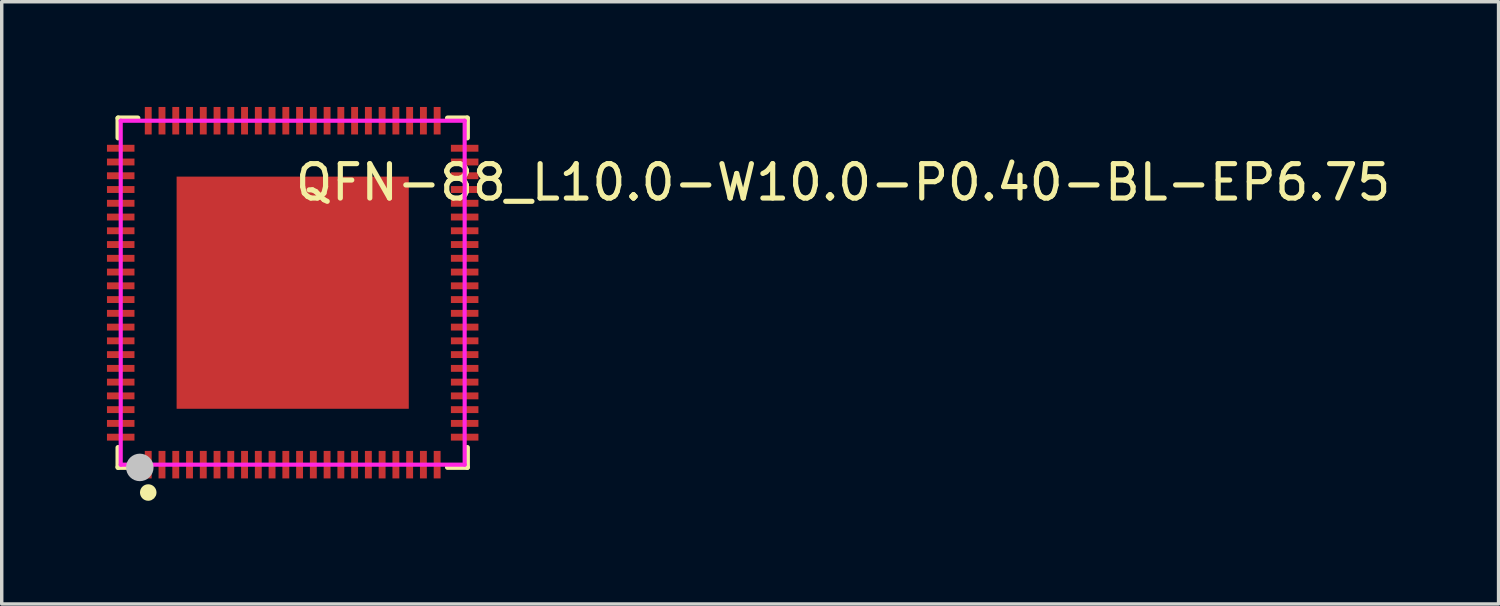
<source format=kicad_pcb>
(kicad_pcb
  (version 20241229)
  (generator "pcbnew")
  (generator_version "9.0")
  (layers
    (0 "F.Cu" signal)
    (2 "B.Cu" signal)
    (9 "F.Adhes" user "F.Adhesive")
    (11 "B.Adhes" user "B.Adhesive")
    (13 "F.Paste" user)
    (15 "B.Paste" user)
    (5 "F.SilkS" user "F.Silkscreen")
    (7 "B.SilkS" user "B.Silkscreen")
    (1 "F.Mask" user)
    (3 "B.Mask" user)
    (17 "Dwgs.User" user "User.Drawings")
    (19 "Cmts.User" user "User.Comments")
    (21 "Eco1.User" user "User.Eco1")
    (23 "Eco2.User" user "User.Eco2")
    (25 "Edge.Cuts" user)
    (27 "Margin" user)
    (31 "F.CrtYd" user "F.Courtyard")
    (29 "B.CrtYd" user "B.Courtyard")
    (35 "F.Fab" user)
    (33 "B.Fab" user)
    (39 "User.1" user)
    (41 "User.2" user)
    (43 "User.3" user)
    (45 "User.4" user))
  (footprint "QFN-88_L10.0-W10.0-P0.40-BL-EP6.75"
    (layer "F.Cu")
    (at 5.46 5.46)
    (property "Reference" "QFN-88_L10.0-W10.0-P0.40-BL-EP6.75" (at 0 -3.207 0) (layer "F.SilkS") (effects (font (size 1 1) (thickness 0.15)) (justify left)))
    (attr through_hole)
    (fp_line (start -5.076 -5.076) (end -4.503 -5.076) (stroke (width 0.152) (type solid)) (layer "F.SilkS"))
    (fp_line (start -5.076 -4.503) (end -5.076 -5.076) (stroke (width 0.152) (type solid)) (layer "F.SilkS"))
    (fp_line (start -5.076 4.503) (end -5.076 5.076) (stroke (width 0.152) (type solid)) (layer "F.SilkS"))
    (fp_line (start -5.076 5.076) (end -4.503 5.076) (stroke (width 0.152) (type solid)) (layer "F.SilkS"))
    (fp_line (start 5.076 -5.076) (end 4.503 -5.076) (stroke (width 0.152) (type solid)) (layer "F.SilkS"))
    (fp_line (start 5.076 -4.503) (end 5.076 -5.076) (stroke (width 0.152) (type solid)) (layer "F.SilkS"))
    (fp_line (start 5.076 4.503) (end 5.076 5.076) (stroke (width 0.152) (type solid)) (layer "F.SilkS"))
    (fp_line (start 5.076 5.076) (end 4.503 5.076) (stroke (width 0.152) (type solid)) (layer "F.SilkS"))
    (fp_circle (center -4.2 5.81) (end -4.08 5.81) (stroke (width 0.24) (type solid)) (fill no) (layer "F.SilkS"))
    (fp_poly (pts (xy -5.4 -4.3) (xy -4.6 -4.3) (xy -4.6 -4.1) (xy -5.4 -4.1)) (stroke (width 0.12) (type solid)) (fill yes) (layer "F.Paste"))
    (fp_poly (pts (xy -5.4 -3.9) (xy -4.6 -3.9) (xy -4.6 -3.7) (xy -5.4 -3.7)) (stroke (width 0.12) (type solid)) (fill yes) (layer "F.Paste"))
    (fp_poly (pts (xy -5.4 -3.5) (xy -4.6 -3.5) (xy -4.6 -3.3) (xy -5.4 -3.3)) (stroke (width 0.12) (type solid)) (fill yes) (layer "F.Paste"))
    (fp_poly (pts (xy -5.4 -3.1) (xy -4.6 -3.1) (xy -4.6 -2.9) (xy -5.4 -2.9)) (stroke (width 0.12) (type solid)) (fill yes) (layer "F.Paste"))
    (fp_poly (pts (xy -5.4 -2.7) (xy -4.6 -2.7) (xy -4.6 -2.5) (xy -5.4 -2.5)) (stroke (width 0.12) (type solid)) (fill yes) (layer "F.Paste"))
    (fp_poly (pts (xy -5.4 -2.3) (xy -4.6 -2.3) (xy -4.6 -2.1) (xy -5.4 -2.1)) (stroke (width 0.12) (type solid)) (fill yes) (layer "F.Paste"))
    (fp_poly (pts (xy -5.4 -1.9) (xy -4.6 -1.9) (xy -4.6 -1.7) (xy -5.4 -1.7)) (stroke (width 0.12) (type solid)) (fill yes) (layer "F.Paste"))
    (fp_poly (pts (xy -5.4 -1.5) (xy -4.6 -1.5) (xy -4.6 -1.3) (xy -5.4 -1.3)) (stroke (width 0.12) (type solid)) (fill yes) (layer "F.Paste"))
    (fp_poly (pts (xy -5.4 -1.1) (xy -4.6 -1.1) (xy -4.6 -0.9) (xy -5.4 -0.9)) (stroke (width 0.12) (type solid)) (fill yes) (layer "F.Paste"))
    (fp_poly (pts (xy -5.4 -0.7) (xy -4.6 -0.7) (xy -4.6 -0.5) (xy -5.4 -0.5)) (stroke (width 0.12) (type solid)) (fill yes) (layer "F.Paste"))
    (fp_poly (pts (xy -5.4 -0.3) (xy -4.6 -0.3) (xy -4.6 -0.1) (xy -5.4 -0.1)) (stroke (width 0.12) (type solid)) (fill yes) (layer "F.Paste"))
    (fp_poly (pts (xy -5.4 0.1) (xy -4.6 0.1) (xy -4.6 0.3) (xy -5.4 0.3)) (stroke (width 0.12) (type solid)) (fill yes) (layer "F.Paste"))
    (fp_poly (pts (xy -5.4 0.5) (xy -4.6 0.5) (xy -4.6 0.7) (xy -5.4 0.7)) (stroke (width 0.12) (type solid)) (fill yes) (layer "F.Paste"))
    (fp_poly (pts (xy -5.4 0.9) (xy -4.6 0.9) (xy -4.6 1.1) (xy -5.4 1.1)) (stroke (width 0.12) (type solid)) (fill yes) (layer "F.Paste"))
    (fp_poly (pts (xy -5.4 1.3) (xy -4.6 1.3) (xy -4.6 1.5) (xy -5.4 1.5)) (stroke (width 0.12) (type solid)) (fill yes) (layer "F.Paste"))
    (fp_poly (pts (xy -5.4 1.7) (xy -4.6 1.7) (xy -4.6 1.9) (xy -5.4 1.9)) (stroke (width 0.12) (type solid)) (fill yes) (layer "F.Paste"))
    (fp_poly (pts (xy -5.4 2.1) (xy -4.6 2.1) (xy -4.6 2.3) (xy -5.4 2.3)) (stroke (width 0.12) (type solid)) (fill yes) (layer "F.Paste"))
    (fp_poly (pts (xy -5.4 2.5) (xy -4.6 2.5) (xy -4.6 2.7) (xy -5.4 2.7)) (stroke (width 0.12) (type solid)) (fill yes) (layer "F.Paste"))
    (fp_poly (pts (xy -5.4 2.9) (xy -4.6 2.9) (xy -4.6 3.1) (xy -5.4 3.1)) (stroke (width 0.12) (type solid)) (fill yes) (layer "F.Paste"))
    (fp_poly (pts (xy -5.4 3.3) (xy -4.6 3.3) (xy -4.6 3.5) (xy -5.4 3.5)) (stroke (width 0.12) (type solid)) (fill yes) (layer "F.Paste"))
    (fp_poly (pts (xy -5.4 3.7) (xy -4.6 3.7) (xy -4.6 3.9) (xy -5.4 3.9)) (stroke (width 0.12) (type solid)) (fill yes) (layer "F.Paste"))
    (fp_poly (pts (xy -5.4 4.1) (xy -4.6 4.1) (xy -4.6 4.3) (xy -5.4 4.3)) (stroke (width 0.12) (type solid)) (fill yes) (layer "F.Paste"))
    (fp_poly (pts (xy -4.3 -5.4) (xy -4.1 -5.4) (xy -4.1 -4.6) (xy -4.3 -4.6)) (stroke (width 0.12) (type solid)) (fill yes) (layer "F.Paste"))
    (fp_poly (pts (xy -4.3 4.6) (xy -4.1 4.6) (xy -4.1 5.4) (xy -4.3 5.4)) (stroke (width 0.12) (type solid)) (fill yes) (layer "F.Paste"))
    (fp_poly (pts (xy -3.9 -5.4) (xy -3.7 -5.4) (xy -3.7 -4.6) (xy -3.9 -4.6)) (stroke (width 0.12) (type solid)) (fill yes) (layer "F.Paste"))
    (fp_poly (pts (xy -3.9 4.6) (xy -3.7 4.6) (xy -3.7 5.4) (xy -3.9 5.4)) (stroke (width 0.12) (type solid)) (fill yes) (layer "F.Paste"))
    (fp_poly (pts (xy -3.5 -5.4) (xy -3.3 -5.4) (xy -3.3 -4.6) (xy -3.5 -4.6)) (stroke (width 0.12) (type solid)) (fill yes) (layer "F.Paste"))
    (fp_poly (pts (xy -3.5 4.6) (xy -3.3 4.6) (xy -3.3 5.4) (xy -3.5 5.4)) (stroke (width 0.12) (type solid)) (fill yes) (layer "F.Paste"))
    (fp_poly (pts (xy -3.1 -5.4) (xy -2.9 -5.4) (xy -2.9 -4.6) (xy -3.1 -4.6)) (stroke (width 0.12) (type solid)) (fill yes) (layer "F.Paste"))
    (fp_poly (pts (xy -3.1 4.6) (xy -2.9 4.6) (xy -2.9 5.4) (xy -3.1 5.4)) (stroke (width 0.12) (type solid)) (fill yes) (layer "F.Paste"))
    (fp_poly (pts (xy -2.7 -5.4) (xy -2.5 -5.4) (xy -2.5 -4.6) (xy -2.7 -4.6)) (stroke (width 0.12) (type solid)) (fill yes) (layer "F.Paste"))
    (fp_poly (pts (xy -2.7 -2.7) (xy 2.7 -2.7) (xy 2.7 2.7) (xy -2.7 2.7)) (stroke (width 0.12) (type solid)) (fill yes) (layer "F.Paste"))
    (fp_poly (pts (xy -2.7 4.6) (xy -2.5 4.6) (xy -2.5 5.4) (xy -2.7 5.4)) (stroke (width 0.12) (type solid)) (fill yes) (layer "F.Paste"))
    (fp_poly (pts (xy -2.3 -5.4) (xy -2.1 -5.4) (xy -2.1 -4.6) (xy -2.3 -4.6)) (stroke (width 0.12) (type solid)) (fill yes) (layer "F.Paste"))
    (fp_poly (pts (xy -2.3 4.6) (xy -2.1 4.6) (xy -2.1 5.4) (xy -2.3 5.4)) (stroke (width 0.12) (type solid)) (fill yes) (layer "F.Paste"))
    (fp_poly (pts (xy -1.9 -5.4) (xy -1.7 -5.4) (xy -1.7 -4.6) (xy -1.9 -4.6)) (stroke (width 0.12) (type solid)) (fill yes) (layer "F.Paste"))
    (fp_poly (pts (xy -1.9 4.6) (xy -1.7 4.6) (xy -1.7 5.4) (xy -1.9 5.4)) (stroke (width 0.12) (type solid)) (fill yes) (layer "F.Paste"))
    (fp_poly (pts (xy -1.5 -5.4) (xy -1.3 -5.4) (xy -1.3 -4.6) (xy -1.5 -4.6)) (stroke (width 0.12) (type solid)) (fill yes) (layer "F.Paste"))
    (fp_poly (pts (xy -1.5 4.6) (xy -1.3 4.6) (xy -1.3 5.4) (xy -1.5 5.4)) (stroke (width 0.12) (type solid)) (fill yes) (layer "F.Paste"))
    (fp_poly (pts (xy -1.1 -5.4) (xy -0.9 -5.4) (xy -0.9 -4.6) (xy -1.1 -4.6)) (stroke (width 0.12) (type solid)) (fill yes) (layer "F.Paste"))
    (fp_poly (pts (xy -1.1 4.6) (xy -0.9 4.6) (xy -0.9 5.4) (xy -1.1 5.4)) (stroke (width 0.12) (type solid)) (fill yes) (layer "F.Paste"))
    (fp_poly (pts (xy -0.7 -5.4) (xy -0.5 -5.4) (xy -0.5 -4.6) (xy -0.7 -4.6)) (stroke (width 0.12) (type solid)) (fill yes) (layer "F.Paste"))
    (fp_poly (pts (xy -0.7 4.6) (xy -0.5 4.6) (xy -0.5 5.4) (xy -0.7 5.4)) (stroke (width 0.12) (type solid)) (fill yes) (layer "F.Paste"))
    (fp_poly (pts (xy -0.3 -5.4) (xy -0.1 -5.4) (xy -0.1 -4.6) (xy -0.3 -4.6)) (stroke (width 0.12) (type solid)) (fill yes) (layer "F.Paste"))
    (fp_poly (pts (xy -0.3 4.6) (xy -0.1 4.6) (xy -0.1 5.4) (xy -0.3 5.4)) (stroke (width 0.12) (type solid)) (fill yes) (layer "F.Paste"))
    (fp_poly (pts (xy 0.1 -5.4) (xy 0.3 -5.4) (xy 0.3 -4.6) (xy 0.1 -4.6)) (stroke (width 0.12) (type solid)) (fill yes) (layer "F.Paste"))
    (fp_poly (pts (xy 0.1 4.6) (xy 0.3 4.6) (xy 0.3 5.4) (xy 0.1 5.4)) (stroke (width 0.12) (type solid)) (fill yes) (layer "F.Paste"))
    (fp_poly (pts (xy 0.5 -5.4) (xy 0.7 -5.4) (xy 0.7 -4.6) (xy 0.5 -4.6)) (stroke (width 0.12) (type solid)) (fill yes) (layer "F.Paste"))
    (fp_poly (pts (xy 0.5 4.6) (xy 0.7 4.6) (xy 0.7 5.4) (xy 0.5 5.4)) (stroke (width 0.12) (type solid)) (fill yes) (layer "F.Paste"))
    (fp_poly (pts (xy 0.9 -5.4) (xy 1.1 -5.4) (xy 1.1 -4.6) (xy 0.9 -4.6)) (stroke (width 0.12) (type solid)) (fill yes) (layer "F.Paste"))
    (fp_poly (pts (xy 0.9 4.6) (xy 1.1 4.6) (xy 1.1 5.4) (xy 0.9 5.4)) (stroke (width 0.12) (type solid)) (fill yes) (layer "F.Paste"))
    (fp_poly (pts (xy 1.3 -5.4) (xy 1.5 -5.4) (xy 1.5 -4.6) (xy 1.3 -4.6)) (stroke (width 0.12) (type solid)) (fill yes) (layer "F.Paste"))
    (fp_poly (pts (xy 1.3 4.6) (xy 1.5 4.6) (xy 1.5 5.4) (xy 1.3 5.4)) (stroke (width 0.12) (type solid)) (fill yes) (layer "F.Paste"))
    (fp_poly (pts (xy 1.7 -5.4) (xy 1.9 -5.4) (xy 1.9 -4.6) (xy 1.7 -4.6)) (stroke (width 0.12) (type solid)) (fill yes) (layer "F.Paste"))
    (fp_poly (pts (xy 1.7 4.6) (xy 1.9 4.6) (xy 1.9 5.4) (xy 1.7 5.4)) (stroke (width 0.12) (type solid)) (fill yes) (layer "F.Paste"))
    (fp_poly (pts (xy 2.1 -5.4) (xy 2.3 -5.4) (xy 2.3 -4.6) (xy 2.1 -4.6)) (stroke (width 0.12) (type solid)) (fill yes) (layer "F.Paste"))
    (fp_poly (pts (xy 2.1 4.6) (xy 2.3 4.6) (xy 2.3 5.4) (xy 2.1 5.4)) (stroke (width 0.12) (type solid)) (fill yes) (layer "F.Paste"))
    (fp_poly (pts (xy 2.5 -5.4) (xy 2.7 -5.4) (xy 2.7 -4.6) (xy 2.5 -4.6)) (stroke (width 0.12) (type solid)) (fill yes) (layer "F.Paste"))
    (fp_poly (pts (xy 2.5 4.6) (xy 2.7 4.6) (xy 2.7 5.4) (xy 2.5 5.4)) (stroke (width 0.12) (type solid)) (fill yes) (layer "F.Paste"))
    (fp_poly (pts (xy 2.9 -5.4) (xy 3.1 -5.4) (xy 3.1 -4.6) (xy 2.9 -4.6)) (stroke (width 0.12) (type solid)) (fill yes) (layer "F.Paste"))
    (fp_poly (pts (xy 2.9 4.6) (xy 3.1 4.6) (xy 3.1 5.4) (xy 2.9 5.4)) (stroke (width 0.12) (type solid)) (fill yes) (layer "F.Paste"))
    (fp_poly (pts (xy 3.3 -5.4) (xy 3.5 -5.4) (xy 3.5 -4.6) (xy 3.3 -4.6)) (stroke (width 0.12) (type solid)) (fill yes) (layer "F.Paste"))
    (fp_poly (pts (xy 3.3 4.6) (xy 3.5 4.6) (xy 3.5 5.4) (xy 3.3 5.4)) (stroke (width 0.12) (type solid)) (fill yes) (layer "F.Paste"))
    (fp_poly (pts (xy 3.7 -5.4) (xy 3.9 -5.4) (xy 3.9 -4.6) (xy 3.7 -4.6)) (stroke (width 0.12) (type solid)) (fill yes) (layer "F.Paste"))
    (fp_poly (pts (xy 3.7 4.6) (xy 3.9 4.6) (xy 3.9 5.4) (xy 3.7 5.4)) (stroke (width 0.12) (type solid)) (fill yes) (layer "F.Paste"))
    (fp_poly (pts (xy 4.1 -5.4) (xy 4.3 -5.4) (xy 4.3 -4.6) (xy 4.1 -4.6)) (stroke (width 0.12) (type solid)) (fill yes) (layer "F.Paste"))
    (fp_poly (pts (xy 4.1 4.6) (xy 4.3 4.6) (xy 4.3 5.4) (xy 4.1 5.4)) (stroke (width 0.12) (type solid)) (fill yes) (layer "F.Paste"))
    (fp_poly (pts (xy 4.6 -4.3) (xy 5.4 -4.3) (xy 5.4 -4.1) (xy 4.6 -4.1)) (stroke (width 0.12) (type solid)) (fill yes) (layer "F.Paste"))
    (fp_poly (pts (xy 4.6 -3.9) (xy 5.4 -3.9) (xy 5.4 -3.7) (xy 4.6 -3.7)) (stroke (width 0.12) (type solid)) (fill yes) (layer "F.Paste"))
    (fp_poly (pts (xy 4.6 -3.5) (xy 5.4 -3.5) (xy 5.4 -3.3) (xy 4.6 -3.3)) (stroke (width 0.12) (type solid)) (fill yes) (layer "F.Paste"))
    (fp_poly (pts (xy 4.6 -3.1) (xy 5.4 -3.1) (xy 5.4 -2.9) (xy 4.6 -2.9)) (stroke (width 0.12) (type solid)) (fill yes) (layer "F.Paste"))
    (fp_poly (pts (xy 4.6 -2.7) (xy 5.4 -2.7) (xy 5.4 -2.5) (xy 4.6 -2.5)) (stroke (width 0.12) (type solid)) (fill yes) (layer "F.Paste"))
    (fp_poly (pts (xy 4.6 -2.3) (xy 5.4 -2.3) (xy 5.4 -2.1) (xy 4.6 -2.1)) (stroke (width 0.12) (type solid)) (fill yes) (layer "F.Paste"))
    (fp_poly (pts (xy 4.6 -1.9) (xy 5.4 -1.9) (xy 5.4 -1.7) (xy 4.6 -1.7)) (stroke (width 0.12) (type solid)) (fill yes) (layer "F.Paste"))
    (fp_poly (pts (xy 4.6 -1.5) (xy 5.4 -1.5) (xy 5.4 -1.3) (xy 4.6 -1.3)) (stroke (width 0.12) (type solid)) (fill yes) (layer "F.Paste"))
    (fp_poly (pts (xy 4.6 -1.1) (xy 5.4 -1.1) (xy 5.4 -0.9) (xy 4.6 -0.9)) (stroke (width 0.12) (type solid)) (fill yes) (layer "F.Paste"))
    (fp_poly (pts (xy 4.6 -0.7) (xy 5.4 -0.7) (xy 5.4 -0.5) (xy 4.6 -0.5)) (stroke (width 0.12) (type solid)) (fill yes) (layer "F.Paste"))
    (fp_poly (pts (xy 4.6 -0.3) (xy 5.4 -0.3) (xy 5.4 -0.1) (xy 4.6 -0.1)) (stroke (width 0.12) (type solid)) (fill yes) (layer "F.Paste"))
    (fp_poly (pts (xy 4.6 0.1) (xy 5.4 0.1) (xy 5.4 0.3) (xy 4.6 0.3)) (stroke (width 0.12) (type solid)) (fill yes) (layer "F.Paste"))
    (fp_poly (pts (xy 4.6 0.5) (xy 5.4 0.5) (xy 5.4 0.7) (xy 4.6 0.7)) (stroke (width 0.12) (type solid)) (fill yes) (layer "F.Paste"))
    (fp_poly (pts (xy 4.6 0.9) (xy 5.4 0.9) (xy 5.4 1.1) (xy 4.6 1.1)) (stroke (width 0.12) (type solid)) (fill yes) (layer "F.Paste"))
    (fp_poly (pts (xy 4.6 1.3) (xy 5.4 1.3) (xy 5.4 1.5) (xy 4.6 1.5)) (stroke (width 0.12) (type solid)) (fill yes) (layer "F.Paste"))
    (fp_poly (pts (xy 4.6 1.7) (xy 5.4 1.7) (xy 5.4 1.9) (xy 4.6 1.9)) (stroke (width 0.12) (type solid)) (fill yes) (layer "F.Paste"))
    (fp_poly (pts (xy 4.6 2.1) (xy 5.4 2.1) (xy 5.4 2.3) (xy 4.6 2.3)) (stroke (width 0.12) (type solid)) (fill yes) (layer "F.Paste"))
    (fp_poly (pts (xy 4.6 2.5) (xy 5.4 2.5) (xy 5.4 2.7) (xy 4.6 2.7)) (stroke (width 0.12) (type solid)) (fill yes) (layer "F.Paste"))
    (fp_poly (pts (xy 4.6 2.9) (xy 5.4 2.9) (xy 5.4 3.1) (xy 4.6 3.1)) (stroke (width 0.12) (type solid)) (fill yes) (layer "F.Paste"))
    (fp_poly (pts (xy 4.6 3.3) (xy 5.4 3.3) (xy 5.4 3.5) (xy 4.6 3.5)) (stroke (width 0.12) (type solid)) (fill yes) (layer "F.Paste"))
    (fp_poly (pts (xy 4.6 3.7) (xy 5.4 3.7) (xy 5.4 3.9) (xy 4.6 3.9)) (stroke (width 0.12) (type solid)) (fill yes) (layer "F.Paste"))
    (fp_poly (pts (xy 4.6 4.1) (xy 5.4 4.1) (xy 5.4 4.3) (xy 4.6 4.3)) (stroke (width 0.12) (type solid)) (fill yes) (layer "F.Paste"))
    (fp_circle (center -4.445 5.08) (end -4.245 5.08) (stroke (width 0.4) (type solid)) (fill no) (layer "Dwgs.User"))
    (fp_circle (center -5 5) (end -4.97 5) (stroke (width 0.06) (type solid)) (fill no) (layer "Eco2.User"))
    (fp_poly (pts (xy -4.6 -4.1) (xy -4.6 -4.3) (xy -5 -4.3) (xy -5 -4.1)) (stroke (width 0.12) (type solid)) (fill no) (layer "Eco2.User"))
    (fp_poly (pts (xy -4.6 -3.7) (xy -4.6 -3.9) (xy -5 -3.9) (xy -5 -3.7)) (stroke (width 0.12) (type solid)) (fill no) (layer "Eco2.User"))
    (fp_poly (pts (xy -4.6 -3.3) (xy -4.6 -3.5) (xy -5 -3.5) (xy -5 -3.3)) (stroke (width 0.12) (type solid)) (fill no) (layer "Eco2.User"))
    (fp_poly (pts (xy -4.6 -2.9) (xy -4.6 -3.1) (xy -5 -3.1) (xy -5 -2.9)) (stroke (width 0.12) (type solid)) (fill no) (layer "Eco2.User"))
    (fp_poly (pts (xy -4.6 -2.5) (xy -4.6 -2.7) (xy -5 -2.7) (xy -5 -2.5)) (stroke (width 0.12) (type solid)) (fill no) (layer "Eco2.User"))
    (fp_poly (pts (xy -4.6 -2.1) (xy -4.6 -2.3) (xy -5 -2.3) (xy -5 -2.1)) (stroke (width 0.12) (type solid)) (fill no) (layer "Eco2.User"))
    (fp_poly (pts (xy -4.6 -1.7) (xy -4.6 -1.9) (xy -5 -1.9) (xy -5 -1.7)) (stroke (width 0.12) (type solid)) (fill no) (layer "Eco2.User"))
    (fp_poly (pts (xy -4.6 -1.3) (xy -4.6 -1.5) (xy -5 -1.5) (xy -5 -1.3)) (stroke (width 0.12) (type solid)) (fill no) (layer "Eco2.User"))
    (fp_poly (pts (xy -4.6 -0.9) (xy -4.6 -1.1) (xy -5 -1.1) (xy -5 -0.9)) (stroke (width 0.12) (type solid)) (fill no) (layer "Eco2.User"))
    (fp_poly (pts (xy -4.6 -0.5) (xy -4.6 -0.7) (xy -5 -0.7) (xy -5 -0.5)) (stroke (width 0.12) (type solid)) (fill no) (layer "Eco2.User"))
    (fp_poly (pts (xy -4.6 -0.1) (xy -4.6 -0.3) (xy -5 -0.3) (xy -5 -0.1)) (stroke (width 0.12) (type solid)) (fill no) (layer "Eco2.User"))
    (fp_poly (pts (xy -4.6 0.3) (xy -4.6 0.1) (xy -5 0.1) (xy -5 0.3)) (stroke (width 0.12) (type solid)) (fill no) (layer "Eco2.User"))
    (fp_poly (pts (xy -4.6 0.7) (xy -4.6 0.5) (xy -5 0.5) (xy -5 0.7)) (stroke (width 0.12) (type solid)) (fill no) (layer "Eco2.User"))
    (fp_poly (pts (xy -4.6 1.1) (xy -4.6 0.9) (xy -5 0.9) (xy -5 1.1)) (stroke (width 0.12) (type solid)) (fill no) (layer "Eco2.User"))
    (fp_poly (pts (xy -4.6 1.5) (xy -4.6 1.3) (xy -5 1.3) (xy -5 1.5)) (stroke (width 0.12) (type solid)) (fill no) (layer "Eco2.User"))
    (fp_poly (pts (xy -4.6 1.9) (xy -4.6 1.7) (xy -5 1.7) (xy -5 1.9)) (stroke (width 0.12) (type solid)) (fill no) (layer "Eco2.User"))
    (fp_poly (pts (xy -4.6 2.3) (xy -4.6 2.1) (xy -5 2.1) (xy -5 2.3)) (stroke (width 0.12) (type solid)) (fill no) (layer "Eco2.User"))
    (fp_poly (pts (xy -4.6 2.7) (xy -4.6 2.5) (xy -5 2.5) (xy -5 2.7)) (stroke (width 0.12) (type solid)) (fill no) (layer "Eco2.User"))
    (fp_poly (pts (xy -4.6 3.1) (xy -4.6 2.9) (xy -5 2.9) (xy -5 3.1)) (stroke (width 0.12) (type solid)) (fill no) (layer "Eco2.User"))
    (fp_poly (pts (xy -4.6 3.5) (xy -4.6 3.3) (xy -5 3.3) (xy -5 3.5)) (stroke (width 0.12) (type solid)) (fill no) (layer "Eco2.User"))
    (fp_poly (pts (xy -4.6 3.9) (xy -4.6 3.7) (xy -5 3.7) (xy -5 3.9)) (stroke (width 0.12) (type solid)) (fill no) (layer "Eco2.User"))
    (fp_poly (pts (xy -4.6 4.3) (xy -4.6 4.1) (xy -5 4.1) (xy -5 4.3)) (stroke (width 0.12) (type solid)) (fill no) (layer "Eco2.User"))
    (fp_poly (pts (xy -4.3 -5) (xy -4.3 -4.6) (xy -4.1 -4.6) (xy -4.1 -5)) (stroke (width 0.12) (type solid)) (fill no) (layer "Eco2.User"))
    (fp_poly (pts (xy -4.3 5) (xy -4.3 4.6) (xy -4.1 4.6) (xy -4.1 5)) (stroke (width 0.12) (type solid)) (fill no) (layer "Eco2.User"))
    (fp_poly (pts (xy -3.9 -5) (xy -3.9 -4.6) (xy -3.7 -4.6) (xy -3.7 -5)) (stroke (width 0.12) (type solid)) (fill no) (layer "Eco2.User"))
    (fp_poly (pts (xy -3.9 5) (xy -3.9 4.6) (xy -3.7 4.6) (xy -3.7 5)) (stroke (width 0.12) (type solid)) (fill no) (layer "Eco2.User"))
    (fp_poly (pts (xy -3.5 -5) (xy -3.5 -4.6) (xy -3.3 -4.6) (xy -3.3 -5)) (stroke (width 0.12) (type solid)) (fill no) (layer "Eco2.User"))
    (fp_poly (pts (xy -3.5 5) (xy -3.5 4.6) (xy -3.3 4.6) (xy -3.3 5)) (stroke (width 0.12) (type solid)) (fill no) (layer "Eco2.User"))
    (fp_poly (pts (xy -3.1 -5) (xy -3.1 -4.6) (xy -2.9 -4.6) (xy -2.9 -5)) (stroke (width 0.12) (type solid)) (fill no) (layer "Eco2.User"))
    (fp_poly (pts (xy -3.1 5) (xy -3.1 4.6) (xy -2.9 4.6) (xy -2.9 5)) (stroke (width 0.12) (type solid)) (fill no) (layer "Eco2.User"))
    (fp_poly (pts (xy -2.7 -5) (xy -2.7 -4.6) (xy -2.5 -4.6) (xy -2.5 -5)) (stroke (width 0.12) (type solid)) (fill no) (layer "Eco2.User"))
    (fp_poly (pts (xy -2.7 5) (xy -2.7 4.6) (xy -2.5 4.6) (xy -2.5 5)) (stroke (width 0.12) (type solid)) (fill no) (layer "Eco2.User"))
    (fp_poly (pts (xy -2.3 -5) (xy -2.3 -4.6) (xy -2.1 -4.6) (xy -2.1 -5)) (stroke (width 0.12) (type solid)) (fill no) (layer "Eco2.User"))
    (fp_poly (pts (xy -2.3 5) (xy -2.3 4.6) (xy -2.1 4.6) (xy -2.1 5)) (stroke (width 0.12) (type solid)) (fill no) (layer "Eco2.User"))
    (fp_poly (pts (xy -1.9 -5) (xy -1.9 -4.6) (xy -1.7 -4.6) (xy -1.7 -5)) (stroke (width 0.12) (type solid)) (fill no) (layer "Eco2.User"))
    (fp_poly (pts (xy -1.9 5) (xy -1.9 4.6) (xy -1.7 4.6) (xy -1.7 5)) (stroke (width 0.12) (type solid)) (fill no) (layer "Eco2.User"))
    (fp_poly (pts (xy -1.5 -5) (xy -1.5 -4.6) (xy -1.3 -4.6) (xy -1.3 -5)) (stroke (width 0.12) (type solid)) (fill no) (layer "Eco2.User"))
    (fp_poly (pts (xy -1.5 5) (xy -1.5 4.6) (xy -1.3 4.6) (xy -1.3 5)) (stroke (width 0.12) (type solid)) (fill no) (layer "Eco2.User"))
    (fp_poly (pts (xy -1.1 -5) (xy -1.1 -4.6) (xy -0.9 -4.6) (xy -0.9 -5)) (stroke (width 0.12) (type solid)) (fill no) (layer "Eco2.User"))
    (fp_poly (pts (xy -1.1 5) (xy -1.1 4.6) (xy -0.9 4.6) (xy -0.9 5)) (stroke (width 0.12) (type solid)) (fill no) (layer "Eco2.User"))
    (fp_poly (pts (xy -0.7 -5) (xy -0.7 -4.6) (xy -0.5 -4.6) (xy -0.5 -5)) (stroke (width 0.12) (type solid)) (fill no) (layer "Eco2.User"))
    (fp_poly (pts (xy -0.7 5) (xy -0.7 4.6) (xy -0.5 4.6) (xy -0.5 5)) (stroke (width 0.12) (type solid)) (fill no) (layer "Eco2.User"))
    (fp_poly (pts (xy -0.3 -5) (xy -0.3 -4.6) (xy -0.1 -4.6) (xy -0.1 -5)) (stroke (width 0.12) (type solid)) (fill no) (layer "Eco2.User"))
    (fp_poly (pts (xy -0.3 5) (xy -0.3 4.6) (xy -0.1 4.6) (xy -0.1 5)) (stroke (width 0.12) (type solid)) (fill no) (layer "Eco2.User"))
    (fp_poly (pts (xy 0.1 -5) (xy 0.1 -4.6) (xy 0.3 -4.6) (xy 0.3 -5)) (stroke (width 0.12) (type solid)) (fill no) (layer "Eco2.User"))
    (fp_poly (pts (xy 0.1 5) (xy 0.1 4.6) (xy 0.3 4.6) (xy 0.3 5)) (stroke (width 0.12) (type solid)) (fill no) (layer "Eco2.User"))
    (fp_poly (pts (xy 0.5 -5) (xy 0.5 -4.6) (xy 0.7 -4.6) (xy 0.7 -5)) (stroke (width 0.12) (type solid)) (fill no) (layer "Eco2.User"))
    (fp_poly (pts (xy 0.5 5) (xy 0.5 4.6) (xy 0.7 4.6) (xy 0.7 5)) (stroke (width 0.12) (type solid)) (fill no) (layer "Eco2.User"))
    (fp_poly (pts (xy 0.9 -5) (xy 0.9 -4.6) (xy 1.1 -4.6) (xy 1.1 -5)) (stroke (width 0.12) (type solid)) (fill no) (layer "Eco2.User"))
    (fp_poly (pts (xy 0.9 5) (xy 0.9 4.6) (xy 1.1 4.6) (xy 1.1 5)) (stroke (width 0.12) (type solid)) (fill no) (layer "Eco2.User"))
    (fp_poly (pts (xy 1.3 -5) (xy 1.3 -4.6) (xy 1.5 -4.6) (xy 1.5 -5)) (stroke (width 0.12) (type solid)) (fill no) (layer "Eco2.User"))
    (fp_poly (pts (xy 1.3 5) (xy 1.3 4.6) (xy 1.5 4.6) (xy 1.5 5)) (stroke (width 0.12) (type solid)) (fill no) (layer "Eco2.User"))
    (fp_poly (pts (xy 1.7 -5) (xy 1.7 -4.6) (xy 1.9 -4.6) (xy 1.9 -5)) (stroke (width 0.12) (type solid)) (fill no) (layer "Eco2.User"))
    (fp_poly (pts (xy 1.7 5) (xy 1.7 4.6) (xy 1.9 4.6) (xy 1.9 5)) (stroke (width 0.12) (type solid)) (fill no) (layer "Eco2.User"))
    (fp_poly (pts (xy 2.1 -5) (xy 2.1 -4.6) (xy 2.3 -4.6) (xy 2.3 -5)) (stroke (width 0.12) (type solid)) (fill no) (layer "Eco2.User"))
    (fp_poly (pts (xy 2.1 5) (xy 2.1 4.6) (xy 2.3 4.6) (xy 2.3 5)) (stroke (width 0.12) (type solid)) (fill no) (layer "Eco2.User"))
    (fp_poly (pts (xy 2.5 -5) (xy 2.5 -4.6) (xy 2.7 -4.6) (xy 2.7 -5)) (stroke (width 0.12) (type solid)) (fill no) (layer "Eco2.User"))
    (fp_poly (pts (xy 2.5 5) (xy 2.5 4.6) (xy 2.7 4.6) (xy 2.7 5)) (stroke (width 0.12) (type solid)) (fill no) (layer "Eco2.User"))
    (fp_poly (pts (xy 2.9 -5) (xy 2.9 -4.6) (xy 3.1 -4.6) (xy 3.1 -5)) (stroke (width 0.12) (type solid)) (fill no) (layer "Eco2.User"))
    (fp_poly (pts (xy 2.9 5) (xy 2.9 4.6) (xy 3.1 4.6) (xy 3.1 5)) (stroke (width 0.12) (type solid)) (fill no) (layer "Eco2.User"))
    (fp_poly (pts (xy 3.3 -5) (xy 3.3 -4.6) (xy 3.5 -4.6) (xy 3.5 -5)) (stroke (width 0.12) (type solid)) (fill no) (layer "Eco2.User"))
    (fp_poly (pts (xy 3.3 5) (xy 3.3 4.6) (xy 3.5 4.6) (xy 3.5 5)) (stroke (width 0.12) (type solid)) (fill no) (layer "Eco2.User"))
    (fp_poly (pts (xy 3.7 -5) (xy 3.7 -4.6) (xy 3.9 -4.6) (xy 3.9 -5)) (stroke (width 0.12) (type solid)) (fill no) (layer "Eco2.User"))
    (fp_poly (pts (xy 3.7 5) (xy 3.7 4.6) (xy 3.9 4.6) (xy 3.9 5)) (stroke (width 0.12) (type solid)) (fill no) (layer "Eco2.User"))
    (fp_poly (pts (xy 4.1 -5) (xy 4.1 -4.6) (xy 4.3 -4.6) (xy 4.3 -5)) (stroke (width 0.12) (type solid)) (fill no) (layer "Eco2.User"))
    (fp_poly (pts (xy 4.1 5) (xy 4.1 4.6) (xy 4.3 4.6) (xy 4.3 5)) (stroke (width 0.12) (type solid)) (fill no) (layer "Eco2.User"))
    (fp_poly (pts (xy 4.6 -4.1) (xy 4.6 -4.3) (xy 5 -4.3) (xy 5 -4.1)) (stroke (width 0.12) (type solid)) (fill no) (layer "Eco2.User"))
    (fp_poly (pts (xy 4.6 -3.7) (xy 4.6 -3.9) (xy 5 -3.9) (xy 5 -3.7)) (stroke (width 0.12) (type solid)) (fill no) (layer "Eco2.User"))
    (fp_poly (pts (xy 4.6 -3.3) (xy 4.6 -3.5) (xy 5 -3.5) (xy 5 -3.3)) (stroke (width 0.12) (type solid)) (fill no) (layer "Eco2.User"))
    (fp_poly (pts (xy 4.6 -2.9) (xy 4.6 -3.1) (xy 5 -3.1) (xy 5 -2.9)) (stroke (width 0.12) (type solid)) (fill no) (layer "Eco2.User"))
    (fp_poly (pts (xy 4.6 -2.5) (xy 4.6 -2.7) (xy 5 -2.7) (xy 5 -2.5)) (stroke (width 0.12) (type solid)) (fill no) (layer "Eco2.User"))
    (fp_poly (pts (xy 4.6 -2.1) (xy 4.6 -2.3) (xy 5 -2.3) (xy 5 -2.1)) (stroke (width 0.12) (type solid)) (fill no) (layer "Eco2.User"))
    (fp_poly (pts (xy 4.6 -1.7) (xy 4.6 -1.9) (xy 5 -1.9) (xy 5 -1.7)) (stroke (width 0.12) (type solid)) (fill no) (layer "Eco2.User"))
    (fp_poly (pts (xy 4.6 -1.3) (xy 4.6 -1.5) (xy 5 -1.5) (xy 5 -1.3)) (stroke (width 0.12) (type solid)) (fill no) (layer "Eco2.User"))
    (fp_poly (pts (xy 4.6 -0.9) (xy 4.6 -1.1) (xy 5 -1.1) (xy 5 -0.9)) (stroke (width 0.12) (type solid)) (fill no) (layer "Eco2.User"))
    (fp_poly (pts (xy 4.6 -0.5) (xy 4.6 -0.7) (xy 5 -0.7) (xy 5 -0.5)) (stroke (width 0.12) (type solid)) (fill no) (layer "Eco2.User"))
    (fp_poly (pts (xy 4.6 -0.1) (xy 4.6 -0.3) (xy 5 -0.3) (xy 5 -0.1)) (stroke (width 0.12) (type solid)) (fill no) (layer "Eco2.User"))
    (fp_poly (pts (xy 4.6 0.3) (xy 4.6 0.1) (xy 5 0.1) (xy 5 0.3)) (stroke (width 0.12) (type solid)) (fill no) (layer "Eco2.User"))
    (fp_poly (pts (xy 4.6 0.7) (xy 4.6 0.5) (xy 5 0.5) (xy 5 0.7)) (stroke (width 0.12) (type solid)) (fill no) (layer "Eco2.User"))
    (fp_poly (pts (xy 4.6 1.1) (xy 4.6 0.9) (xy 5 0.9) (xy 5 1.1)) (stroke (width 0.12) (type solid)) (fill no) (layer "Eco2.User"))
    (fp_poly (pts (xy 4.6 1.5) (xy 4.6 1.3) (xy 5 1.3) (xy 5 1.5)) (stroke (width 0.12) (type solid)) (fill no) (layer "Eco2.User"))
    (fp_poly (pts (xy 4.6 1.9) (xy 4.6 1.7) (xy 5 1.7) (xy 5 1.9)) (stroke (width 0.12) (type solid)) (fill no) (layer "Eco2.User"))
    (fp_poly (pts (xy 4.6 2.3) (xy 4.6 2.1) (xy 5 2.1) (xy 5 2.3)) (stroke (width 0.12) (type solid)) (fill no) (layer "Eco2.User"))
    (fp_poly (pts (xy 4.6 2.7) (xy 4.6 2.5) (xy 5 2.5) (xy 5 2.7)) (stroke (width 0.12) (type solid)) (fill no) (layer "Eco2.User"))
    (fp_poly (pts (xy 4.6 3.1) (xy 4.6 2.9) (xy 5 2.9) (xy 5 3.1)) (stroke (width 0.12) (type solid)) (fill no) (layer "Eco2.User"))
    (fp_poly (pts (xy 4.6 3.5) (xy 4.6 3.3) (xy 5 3.3) (xy 5 3.5)) (stroke (width 0.12) (type solid)) (fill no) (layer "Eco2.User"))
    (fp_poly (pts (xy 4.6 3.9) (xy 4.6 3.7) (xy 5 3.7) (xy 5 3.9)) (stroke (width 0.12) (type solid)) (fill no) (layer "Eco2.User"))
    (fp_poly (pts (xy 4.6 4.3) (xy 4.6 4.1) (xy 5 4.1) (xy 5 4.3)) (stroke (width 0.12) (type solid)) (fill no) (layer "Eco2.User"))
    (fp_poly (pts (xy -3.37 3) (xy -3.37 -3.37) (xy 3.37 -3.37) (xy 3.37 3.37) (xy -3 3.37)) (stroke (width 0.12) (type solid)) (fill no) (layer "Eco2.User"))
    (fp_line (start -5 -5) (end 5 -5) (stroke (width 0.12) (type solid)) (layer "F.CrtYd"))
    (fp_line (start -5 5) (end -5 -5) (stroke (width 0.12) (type solid)) (layer "F.CrtYd"))
    (fp_line (start 5 -5) (end 5 5) (stroke (width 0.12) (type solid)) (layer "F.CrtYd"))
    (fp_line (start 5 5) (end -5 5) (stroke (width 0.12) (type solid)) (layer "F.CrtYd"))
    (pad "1" smd rect (at -4.2 5) (size 0.2 0.8) (layers "F.Cu" "F.Mask" "F.Paste"))
    (pad "2" smd rect (at -3.8 5) (size 0.2 0.8) (layers "F.Cu" "F.Mask" "F.Paste"))
    (pad "3" smd rect (at -3.4 5) (size 0.2 0.8) (layers "F.Cu" "F.Mask" "F.Paste"))
    (pad "4" smd rect (at -3 5) (size 0.2 0.8) (layers "F.Cu" "F.Mask" "F.Paste"))
    (pad "5" smd rect (at -2.6 5) (size 0.2 0.8) (layers "F.Cu" "F.Mask" "F.Paste"))
    (pad "6" smd rect (at -2.2 5) (size 0.2 0.8) (layers "F.Cu" "F.Mask" "F.Paste"))
    (pad "7" smd rect (at -1.8 5) (size 0.2 0.8) (layers "F.Cu" "F.Mask" "F.Paste"))
    (pad "8" smd rect (at -1.4 5) (size 0.2 0.8) (layers "F.Cu" "F.Mask" "F.Paste"))
    (pad "9" smd rect (at -1 5) (size 0.2 0.8) (layers "F.Cu" "F.Mask" "F.Paste"))
    (pad "10" smd rect (at -0.6 5) (size 0.2 0.8) (layers "F.Cu" "F.Mask" "F.Paste"))
    (pad "11" smd rect (at -0.2 5) (size 0.2 0.8) (layers "F.Cu" "F.Mask" "F.Paste"))
    (pad "12" smd rect (at 0.2 5) (size 0.2 0.8) (layers "F.Cu" "F.Mask" "F.Paste"))
    (pad "13" smd rect (at 0.6 5) (size 0.2 0.8) (layers "F.Cu" "F.Mask" "F.Paste"))
    (pad "14" smd rect (at 1 5) (size 0.2 0.8) (layers "F.Cu" "F.Mask" "F.Paste"))
    (pad "15" smd rect (at 1.4 5) (size 0.2 0.8) (layers "F.Cu" "F.Mask" "F.Paste"))
    (pad "16" smd rect (at 1.8 5) (size 0.2 0.8) (layers "F.Cu" "F.Mask" "F.Paste"))
    (pad "17" smd rect (at 2.2 5) (size 0.2 0.8) (layers "F.Cu" "F.Mask" "F.Paste"))
    (pad "18" smd rect (at 2.6 5) (size 0.2 0.8) (layers "F.Cu" "F.Mask" "F.Paste"))
    (pad "19" smd rect (at 3 5) (size 0.2 0.8) (layers "F.Cu" "F.Mask" "F.Paste"))
    (pad "20" smd rect (at 3.4 5) (size 0.2 0.8) (layers "F.Cu" "F.Mask" "F.Paste"))
    (pad "21" smd rect (at 3.8 5) (size 0.2 0.8) (layers "F.Cu" "F.Mask" "F.Paste"))
    (pad "22" smd rect (at 4.2 5) (size 0.2 0.8) (layers "F.Cu" "F.Mask" "F.Paste"))
    (pad "23" smd rect (at 5 4.2) (size 0.8 0.2) (layers "F.Cu" "F.Mask" "F.Paste"))
    (pad "24" smd rect (at 5 3.8) (size 0.8 0.2) (layers "F.Cu" "F.Mask" "F.Paste"))
    (pad "25" smd rect (at 5 3.4) (size 0.8 0.2) (layers "F.Cu" "F.Mask" "F.Paste"))
    (pad "26" smd rect (at 5 3) (size 0.8 0.2) (layers "F.Cu" "F.Mask" "F.Paste"))
    (pad "27" smd rect (at 5 2.6) (size 0.8 0.2) (layers "F.Cu" "F.Mask" "F.Paste"))
    (pad "28" smd rect (at 5 2.2) (size 0.8 0.2) (layers "F.Cu" "F.Mask" "F.Paste"))
    (pad "29" smd rect (at 5 1.8) (size 0.8 0.2) (layers "F.Cu" "F.Mask" "F.Paste"))
    (pad "30" smd rect (at 5 1.4) (size 0.8 0.2) (layers "F.Cu" "F.Mask" "F.Paste"))
    (pad "31" smd rect (at 5 1) (size 0.8 0.2) (layers "F.Cu" "F.Mask" "F.Paste"))
    (pad "32" smd rect (at 5 0.6) (size 0.8 0.2) (layers "F.Cu" "F.Mask" "F.Paste"))
    (pad "33" smd rect (at 5 0.2) (size 0.8 0.2) (layers "F.Cu" "F.Mask" "F.Paste"))
    (pad "34" smd rect (at 5 -0.2) (size 0.8 0.2) (layers "F.Cu" "F.Mask" "F.Paste"))
    (pad "35" smd rect (at 5 -0.6) (size 0.8 0.2) (layers "F.Cu" "F.Mask" "F.Paste"))
    (pad "36" smd rect (at 5 -1) (size 0.8 0.2) (layers "F.Cu" "F.Mask" "F.Paste"))
    (pad "37" smd rect (at 5 -1.4) (size 0.8 0.2) (layers "F.Cu" "F.Mask" "F.Paste"))
    (pad "38" smd rect (at 5 -1.8) (size 0.8 0.2) (layers "F.Cu" "F.Mask" "F.Paste"))
    (pad "39" smd rect (at 5 -2.2) (size 0.8 0.2) (layers "F.Cu" "F.Mask" "F.Paste"))
    (pad "40" smd rect (at 5 -2.6) (size 0.8 0.2) (layers "F.Cu" "F.Mask" "F.Paste"))
    (pad "41" smd rect (at 5 -3) (size 0.8 0.2) (layers "F.Cu" "F.Mask" "F.Paste"))
    (pad "42" smd rect (at 5 -3.4) (size 0.8 0.2) (layers "F.Cu" "F.Mask" "F.Paste"))
    (pad "43" smd rect (at 5 -3.8) (size 0.8 0.2) (layers "F.Cu" "F.Mask" "F.Paste"))
    (pad "44" smd rect (at 5 -4.2) (size 0.8 0.2) (layers "F.Cu" "F.Mask" "F.Paste"))
    (pad "45" smd rect (at 4.2 -5) (size 0.2 0.8) (layers "F.Cu" "F.Mask" "F.Paste"))
    (pad "46" smd rect (at 3.8 -5) (size 0.2 0.8) (layers "F.Cu" "F.Mask" "F.Paste"))
    (pad "47" smd rect (at 3.4 -5) (size 0.2 0.8) (layers "F.Cu" "F.Mask" "F.Paste"))
    (pad "48" smd rect (at 3 -5) (size 0.2 0.8) (layers "F.Cu" "F.Mask" "F.Paste"))
    (pad "49" smd rect (at 2.6 -5) (size 0.2 0.8) (layers "F.Cu" "F.Mask" "F.Paste"))
    (pad "50" smd rect (at 2.2 -5) (size 0.2 0.8) (layers "F.Cu" "F.Mask" "F.Paste"))
    (pad "51" smd rect (at 1.8 -5) (size 0.2 0.8) (layers "F.Cu" "F.Mask" "F.Paste"))
    (pad "52" smd rect (at 1.4 -5) (size 0.2 0.8) (layers "F.Cu" "F.Mask" "F.Paste"))
    (pad "53" smd rect (at 1 -5) (size 0.2 0.8) (layers "F.Cu" "F.Mask" "F.Paste"))
    (pad "54" smd rect (at 0.6 -5) (size 0.2 0.8) (layers "F.Cu" "F.Mask" "F.Paste"))
    (pad "55" smd rect (at 0.2 -5) (size 0.2 0.8) (layers "F.Cu" "F.Mask" "F.Paste"))
    (pad "56" smd rect (at -0.2 -5) (size 0.2 0.8) (layers "F.Cu" "F.Mask" "F.Paste"))
    (pad "57" smd rect (at -0.6 -5) (size 0.2 0.8) (layers "F.Cu" "F.Mask" "F.Paste"))
    (pad "58" smd rect (at -1 -5) (size 0.2 0.8) (layers "F.Cu" "F.Mask" "F.Paste"))
    (pad "59" smd rect (at -1.4 -5) (size 0.2 0.8) (layers "F.Cu" "F.Mask" "F.Paste"))
    (pad "60" smd rect (at -1.8 -5) (size 0.2 0.8) (layers "F.Cu" "F.Mask" "F.Paste"))
    (pad "61" smd rect (at -2.2 -5) (size 0.2 0.8) (layers "F.Cu" "F.Mask" "F.Paste"))
    (pad "62" smd rect (at -2.6 -5) (size 0.2 0.8) (layers "F.Cu" "F.Mask" "F.Paste"))
    (pad "63" smd rect (at -3 -5) (size 0.2 0.8) (layers "F.Cu" "F.Mask" "F.Paste"))
    (pad "64" smd rect (at -3.4 -5) (size 0.2 0.8) (layers "F.Cu" "F.Mask" "F.Paste"))
    (pad "65" smd rect (at -3.8 -5) (size 0.2 0.8) (layers "F.Cu" "F.Mask" "F.Paste"))
    (pad "66" smd rect (at -4.2 -5) (size 0.2 0.8) (layers "F.Cu" "F.Mask" "F.Paste"))
    (pad "67" smd rect (at -5 -4.2) (size 0.8 0.2) (layers "F.Cu" "F.Mask" "F.Paste"))
    (pad "68" smd rect (at -5 -3.8) (size 0.8 0.2) (layers "F.Cu" "F.Mask" "F.Paste"))
    (pad "69" smd rect (at -5 -3.4) (size 0.8 0.2) (layers "F.Cu" "F.Mask" "F.Paste"))
    (pad "70" smd rect (at -5 -3) (size 0.8 0.2) (layers "F.Cu" "F.Mask" "F.Paste"))
    (pad "71" smd rect (at -5 -2.6) (size 0.8 0.2) (layers "F.Cu" "F.Mask" "F.Paste"))
    (pad "72" smd rect (at -5 -2.2) (size 0.8 0.2) (layers "F.Cu" "F.Mask" "F.Paste"))
    (pad "73" smd rect (at -5 -1.8) (size 0.8 0.2) (layers "F.Cu" "F.Mask" "F.Paste"))
    (pad "74" smd rect (at -5 -1.4) (size 0.8 0.2) (layers "F.Cu" "F.Mask" "F.Paste"))
    (pad "75" smd rect (at -5 -1) (size 0.8 0.2) (layers "F.Cu" "F.Mask" "F.Paste"))
    (pad "76" smd rect (at -5 -0.6) (size 0.8 0.2) (layers "F.Cu" "F.Mask" "F.Paste"))
    (pad "77" smd rect (at -5 -0.2) (size 0.8 0.2) (layers "F.Cu" "F.Mask" "F.Paste"))
    (pad "78" smd rect (at -5 0.2) (size 0.8 0.2) (layers "F.Cu" "F.Mask" "F.Paste"))
    (pad "79" smd rect (at -5 0.6) (size 0.8 0.2) (layers "F.Cu" "F.Mask" "F.Paste"))
    (pad "80" smd rect (at -5 1) (size 0.8 0.2) (layers "F.Cu" "F.Mask" "F.Paste"))
    (pad "81" smd rect (at -5 1.4) (size 0.8 0.2) (layers "F.Cu" "F.Mask" "F.Paste"))
    (pad "82" smd rect (at -5 1.8) (size 0.8 0.2) (layers "F.Cu" "F.Mask" "F.Paste"))
    (pad "83" smd rect (at -5 2.2) (size 0.8 0.2) (layers "F.Cu" "F.Mask" "F.Paste"))
    (pad "84" smd rect (at -5 2.6) (size 0.8 0.2) (layers "F.Cu" "F.Mask" "F.Paste"))
    (pad "85" smd rect (at -5 3) (size 0.8 0.2) (layers "F.Cu" "F.Mask" "F.Paste"))
    (pad "86" smd rect (at -5 3.4) (size 0.8 0.2) (layers "F.Cu" "F.Mask" "F.Paste"))
    (pad "87" smd rect (at -5 3.8) (size 0.8 0.2) (layers "F.Cu" "F.Mask" "F.Paste"))
    (pad "88" smd rect (at -5 4.2) (size 0.8 0.2) (layers "F.Cu" "F.Mask" "F.Paste"))
    (pad "89" smd rect (at 0 0) (size 6.75 6.75) (layers "F.Cu" "F.Mask" "F.Paste")))
  (gr_rect
    (start -3 -3)
    (end 40.52 14.51)
    (stroke (width 0.1) (type default))
    (fill no)
    (layer "Edge.Cuts")))
</source>
